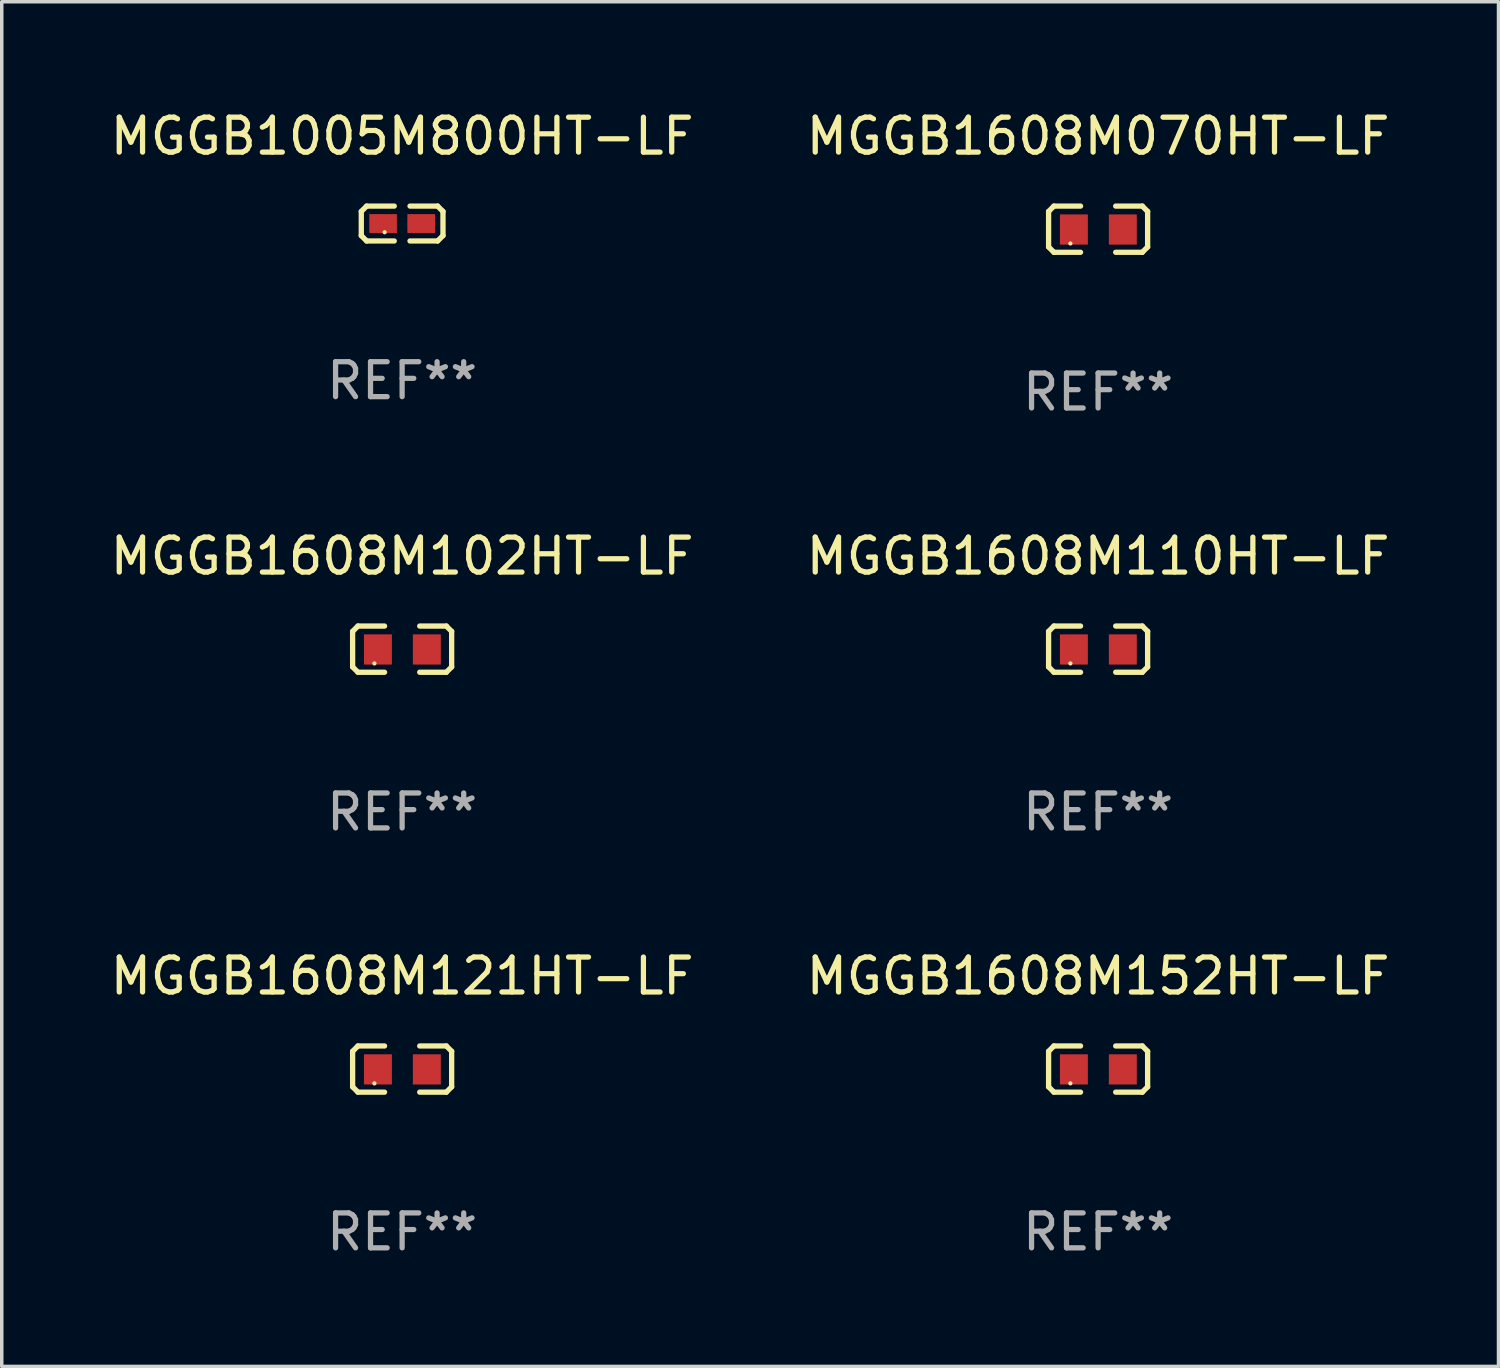
<source format=kicad_pcb>
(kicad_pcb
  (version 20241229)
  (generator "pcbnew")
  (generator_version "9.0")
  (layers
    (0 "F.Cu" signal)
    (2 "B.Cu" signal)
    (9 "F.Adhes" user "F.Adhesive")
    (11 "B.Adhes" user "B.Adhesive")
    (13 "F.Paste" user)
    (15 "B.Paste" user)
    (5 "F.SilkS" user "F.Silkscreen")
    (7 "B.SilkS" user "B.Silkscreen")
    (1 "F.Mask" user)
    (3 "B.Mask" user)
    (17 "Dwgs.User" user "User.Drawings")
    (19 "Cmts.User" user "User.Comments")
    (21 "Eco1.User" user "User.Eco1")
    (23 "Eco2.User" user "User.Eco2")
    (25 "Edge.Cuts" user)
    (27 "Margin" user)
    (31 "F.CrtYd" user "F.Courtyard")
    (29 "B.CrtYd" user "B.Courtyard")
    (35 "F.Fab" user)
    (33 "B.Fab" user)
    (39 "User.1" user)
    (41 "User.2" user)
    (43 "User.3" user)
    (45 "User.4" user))
  (footprint "MGGB1608M102HT-LF"
    (layer "F.Cu")
    (at 8.458 15.527)
    (property "Reference" "MGGB1608M102HT-LF" (at 0 -2.661 0) (layer "F.SilkS") (effects (font (size 1 1) (thickness 0.15))))
    (attr through_hole)
    (fp_line (start -1.417 -0.508) (end -1.265 -0.661) (stroke (width 0.152) (type solid)) (layer "F.SilkS"))
    (fp_line (start -1.417 0.508) (end -1.417 -0.508) (stroke (width 0.152) (type solid)) (layer "F.SilkS"))
    (fp_line (start -1.265 -0.661) (end -0.503 -0.661) (stroke (width 0.152) (type solid)) (layer "F.SilkS"))
    (fp_line (start -1.265 0.661) (end -1.417 0.508) (stroke (width 0.152) (type solid)) (layer "F.SilkS"))
    (fp_line (start -1.265 0.661) (end -0.503 0.661) (stroke (width 0.152) (type solid)) (layer "F.SilkS"))
    (fp_line (start 1.265 -0.661) (end 0.503 -0.661) (stroke (width 0.152) (type solid)) (layer "F.SilkS"))
    (fp_line (start 1.265 -0.661) (end 1.417 -0.508) (stroke (width 0.152) (type solid)) (layer "F.SilkS"))
    (fp_line (start 1.265 0.661) (end 0.503 0.661) (stroke (width 0.152) (type solid)) (layer "F.SilkS"))
    (fp_line (start 1.417 -0.508) (end 1.417 0.508) (stroke (width 0.152) (type solid)) (layer "F.SilkS"))
    (fp_line (start 1.417 0.508) (end 1.265 0.661) (stroke (width 0.152) (type solid)) (layer "F.SilkS"))
    (fp_circle (center -0.793 0.409) (end -0.763 0.409) (stroke (width 0.06) (type solid)) (fill no) (layer "F.SilkS"))
    (fp_text user "REF**" (at 0 4.661 0) (layer "F.Fab") (effects (font (size 1 1) (thickness 0.15))))
    (pad "1" smd rect (at -0.693 0.009 180) (size 0.8 0.864) (layers "F.Cu" "F.Mask" "F.Paste"))
    (pad "2" smd rect (at 0.707 0.009 180) (size 0.8 0.864) (layers "F.Cu" "F.Mask" "F.Paste")))
  (footprint "MGGB1005M800HT-LF"
    (layer "F.Cu")
    (at 8.458 3.347)
    (property "Reference" "MGGB1005M800HT-LF" (at 0 -2.499 0) (layer "F.SilkS") (effects (font (size 1 1) (thickness 0.15))))
    (attr through_hole)
    (fp_line (start -1.169 -0.346) (end -1.016 -0.499) (stroke (width 0.152) (type solid)) (layer "F.SilkS"))
    (fp_line (start -1.169 0.346) (end -1.169 -0.346) (stroke (width 0.152) (type solid)) (layer "F.SilkS"))
    (fp_line (start -1.016 -0.499) (end -0.226 -0.499) (stroke (width 0.152) (type solid)) (layer "F.SilkS"))
    (fp_line (start -1.016 0.499) (end -1.169 0.346) (stroke (width 0.152) (type solid)) (layer "F.SilkS"))
    (fp_line (start -0.226 0.499) (end -1.016 0.499) (stroke (width 0.152) (type solid)) (layer "F.SilkS"))
    (fp_line (start 0.226 0.499) (end 1.016 0.499) (stroke (width 0.152) (type solid)) (layer "F.SilkS"))
    (fp_line (start 1.016 -0.499) (end 0.226 -0.499) (stroke (width 0.152) (type solid)) (layer "F.SilkS"))
    (fp_line (start 1.016 0.499) (end 1.169 0.346) (stroke (width 0.152) (type solid)) (layer "F.SilkS"))
    (fp_line (start 1.169 -0.346) (end 1.016 -0.499) (stroke (width 0.152) (type solid)) (layer "F.SilkS"))
    (fp_line (start 1.169 0.346) (end 1.169 -0.346) (stroke (width 0.152) (type solid)) (layer "F.SilkS"))
    (fp_circle (center -0.5 0.25) (end -0.47 0.25) (stroke (width 0.06) (type solid)) (fill no) (layer "F.SilkS"))
    (fp_text user "REF**" (at 0 4.499 0) (layer "F.Fab") (effects (font (size 1 1) (thickness 0.15))))
    (pad "1" smd rect (at -0.545 0) (size 0.79 0.54) (layers "F.Cu" "F.Mask" "F.Paste"))
    (pad "2" smd rect (at 0.545 0) (size 0.79 0.54) (layers "F.Cu" "F.Mask" "F.Paste")))
  (footprint "MGGB1608M121HT-LF"
    (layer "F.Cu")
    (at 8.458 27.544)
    (property "Reference" "MGGB1608M121HT-LF" (at 0 -2.661 0) (layer "F.SilkS") (effects (font (size 1 1) (thickness 0.15))))
    (attr through_hole)
    (fp_line (start -1.417 -0.508) (end -1.265 -0.661) (stroke (width 0.152) (type solid)) (layer "F.SilkS"))
    (fp_line (start -1.417 0.508) (end -1.417 -0.508) (stroke (width 0.152) (type solid)) (layer "F.SilkS"))
    (fp_line (start -1.265 -0.661) (end -0.503 -0.661) (stroke (width 0.152) (type solid)) (layer "F.SilkS"))
    (fp_line (start -1.265 0.661) (end -1.417 0.508) (stroke (width 0.152) (type solid)) (layer "F.SilkS"))
    (fp_line (start -1.265 0.661) (end -0.503 0.661) (stroke (width 0.152) (type solid)) (layer "F.SilkS"))
    (fp_line (start 1.265 -0.661) (end 0.503 -0.661) (stroke (width 0.152) (type solid)) (layer "F.SilkS"))
    (fp_line (start 1.265 -0.661) (end 1.417 -0.508) (stroke (width 0.152) (type solid)) (layer "F.SilkS"))
    (fp_line (start 1.265 0.661) (end 0.503 0.661) (stroke (width 0.152) (type solid)) (layer "F.SilkS"))
    (fp_line (start 1.417 -0.508) (end 1.417 0.508) (stroke (width 0.152) (type solid)) (layer "F.SilkS"))
    (fp_line (start 1.417 0.508) (end 1.265 0.661) (stroke (width 0.152) (type solid)) (layer "F.SilkS"))
    (fp_circle (center -0.793 0.409) (end -0.763 0.409) (stroke (width 0.06) (type solid)) (fill no) (layer "F.SilkS"))
    (fp_text user "REF**" (at 0 4.661 0) (layer "F.Fab") (effects (font (size 1 1) (thickness 0.15))))
    (pad "1" smd rect (at -0.693 0.009 180) (size 0.8 0.864) (layers "F.Cu" "F.Mask" "F.Paste"))
    (pad "2" smd rect (at 0.707 0.009 180) (size 0.8 0.864) (layers "F.Cu" "F.Mask" "F.Paste")))
  (footprint "MGGB1608M152HT-LF"
    (layer "F.Cu")
    (at 28.375 27.544)
    (property "Reference" "MGGB1608M152HT-LF" (at 0 -2.661 0) (layer "F.SilkS") (effects (font (size 1 1) (thickness 0.15))))
    (attr through_hole)
    (fp_line (start -1.417 -0.508) (end -1.265 -0.661) (stroke (width 0.152) (type solid)) (layer "F.SilkS"))
    (fp_line (start -1.417 0.508) (end -1.417 -0.508) (stroke (width 0.152) (type solid)) (layer "F.SilkS"))
    (fp_line (start -1.265 -0.661) (end -0.503 -0.661) (stroke (width 0.152) (type solid)) (layer "F.SilkS"))
    (fp_line (start -1.265 0.661) (end -1.417 0.508) (stroke (width 0.152) (type solid)) (layer "F.SilkS"))
    (fp_line (start -1.265 0.661) (end -0.503 0.661) (stroke (width 0.152) (type solid)) (layer "F.SilkS"))
    (fp_line (start 1.265 -0.661) (end 0.503 -0.661) (stroke (width 0.152) (type solid)) (layer "F.SilkS"))
    (fp_line (start 1.265 -0.661) (end 1.417 -0.508) (stroke (width 0.152) (type solid)) (layer "F.SilkS"))
    (fp_line (start 1.265 0.661) (end 0.503 0.661) (stroke (width 0.152) (type solid)) (layer "F.SilkS"))
    (fp_line (start 1.417 -0.508) (end 1.417 0.508) (stroke (width 0.152) (type solid)) (layer "F.SilkS"))
    (fp_line (start 1.417 0.508) (end 1.265 0.661) (stroke (width 0.152) (type solid)) (layer "F.SilkS"))
    (fp_circle (center -0.793 0.409) (end -0.763 0.409) (stroke (width 0.06) (type solid)) (fill no) (layer "F.SilkS"))
    (fp_text user "REF**" (at 0 4.661 0) (layer "F.Fab") (effects (font (size 1 1) (thickness 0.15))))
    (pad "1" smd rect (at -0.693 0.009 180) (size 0.8 0.864) (layers "F.Cu" "F.Mask" "F.Paste"))
    (pad "2" smd rect (at 0.707 0.009 180) (size 0.8 0.864) (layers "F.Cu" "F.Mask" "F.Paste")))
  (footprint "MGGB1608M070HT-LF"
    (layer "F.Cu")
    (at 28.375 3.509)
    (property "Reference" "MGGB1608M070HT-LF" (at 0 -2.661 0) (layer "F.SilkS") (effects (font (size 1 1) (thickness 0.15))))
    (attr through_hole)
    (fp_line (start -1.417 -0.508) (end -1.265 -0.661) (stroke (width 0.152) (type solid)) (layer "F.SilkS"))
    (fp_line (start -1.417 0.508) (end -1.417 -0.508) (stroke (width 0.152) (type solid)) (layer "F.SilkS"))
    (fp_line (start -1.265 -0.661) (end -0.503 -0.661) (stroke (width 0.152) (type solid)) (layer "F.SilkS"))
    (fp_line (start -1.265 0.661) (end -1.417 0.508) (stroke (width 0.152) (type solid)) (layer "F.SilkS"))
    (fp_line (start -1.265 0.661) (end -0.503 0.661) (stroke (width 0.152) (type solid)) (layer "F.SilkS"))
    (fp_line (start 1.265 -0.661) (end 0.503 -0.661) (stroke (width 0.152) (type solid)) (layer "F.SilkS"))
    (fp_line (start 1.265 -0.661) (end 1.417 -0.508) (stroke (width 0.152) (type solid)) (layer "F.SilkS"))
    (fp_line (start 1.265 0.661) (end 0.503 0.661) (stroke (width 0.152) (type solid)) (layer "F.SilkS"))
    (fp_line (start 1.417 -0.508) (end 1.417 0.508) (stroke (width 0.152) (type solid)) (layer "F.SilkS"))
    (fp_line (start 1.417 0.508) (end 1.265 0.661) (stroke (width 0.152) (type solid)) (layer "F.SilkS"))
    (fp_circle (center -0.793 0.409) (end -0.763 0.409) (stroke (width 0.06) (type solid)) (fill no) (layer "F.SilkS"))
    (fp_text user "REF**" (at 0 4.661 0) (layer "F.Fab") (effects (font (size 1 1) (thickness 0.15))))
    (pad "1" smd rect (at -0.693 0.009 180) (size 0.8 0.864) (layers "F.Cu" "F.Mask" "F.Paste"))
    (pad "2" smd rect (at 0.707 0.009 180) (size 0.8 0.864) (layers "F.Cu" "F.Mask" "F.Paste")))
  (footprint "MGGB1608M110HT-LF"
    (layer "F.Cu")
    (at 28.375 15.527)
    (property "Reference" "MGGB1608M110HT-LF" (at 0 -2.661 0) (layer "F.SilkS") (effects (font (size 1 1) (thickness 0.15))))
    (attr through_hole)
    (fp_line (start -1.417 -0.508) (end -1.265 -0.661) (stroke (width 0.152) (type solid)) (layer "F.SilkS"))
    (fp_line (start -1.417 0.508) (end -1.417 -0.508) (stroke (width 0.152) (type solid)) (layer "F.SilkS"))
    (fp_line (start -1.265 -0.661) (end -0.503 -0.661) (stroke (width 0.152) (type solid)) (layer "F.SilkS"))
    (fp_line (start -1.265 0.661) (end -1.417 0.508) (stroke (width 0.152) (type solid)) (layer "F.SilkS"))
    (fp_line (start -1.265 0.661) (end -0.503 0.661) (stroke (width 0.152) (type solid)) (layer "F.SilkS"))
    (fp_line (start 1.265 -0.661) (end 0.503 -0.661) (stroke (width 0.152) (type solid)) (layer "F.SilkS"))
    (fp_line (start 1.265 -0.661) (end 1.417 -0.508) (stroke (width 0.152) (type solid)) (layer "F.SilkS"))
    (fp_line (start 1.265 0.661) (end 0.503 0.661) (stroke (width 0.152) (type solid)) (layer "F.SilkS"))
    (fp_line (start 1.417 -0.508) (end 1.417 0.508) (stroke (width 0.152) (type solid)) (layer "F.SilkS"))
    (fp_line (start 1.417 0.508) (end 1.265 0.661) (stroke (width 0.152) (type solid)) (layer "F.SilkS"))
    (fp_circle (center -0.793 0.409) (end -0.763 0.409) (stroke (width 0.06) (type solid)) (fill no) (layer "F.SilkS"))
    (fp_text user "REF**" (at 0 4.661 0) (layer "F.Fab") (effects (font (size 1 1) (thickness 0.15))))
    (pad "1" smd rect (at -0.693 0.009 180) (size 0.8 0.864) (layers "F.Cu" "F.Mask" "F.Paste"))
    (pad "2" smd rect (at 0.707 0.009 180) (size 0.8 0.864) (layers "F.Cu" "F.Mask" "F.Paste")))
  (gr_rect
    (start -3 -3)
    (end 39.833 36.053)
    (stroke (width 0.1) (type default))
    (fill no)
    (layer "Edge.Cuts")))
</source>
